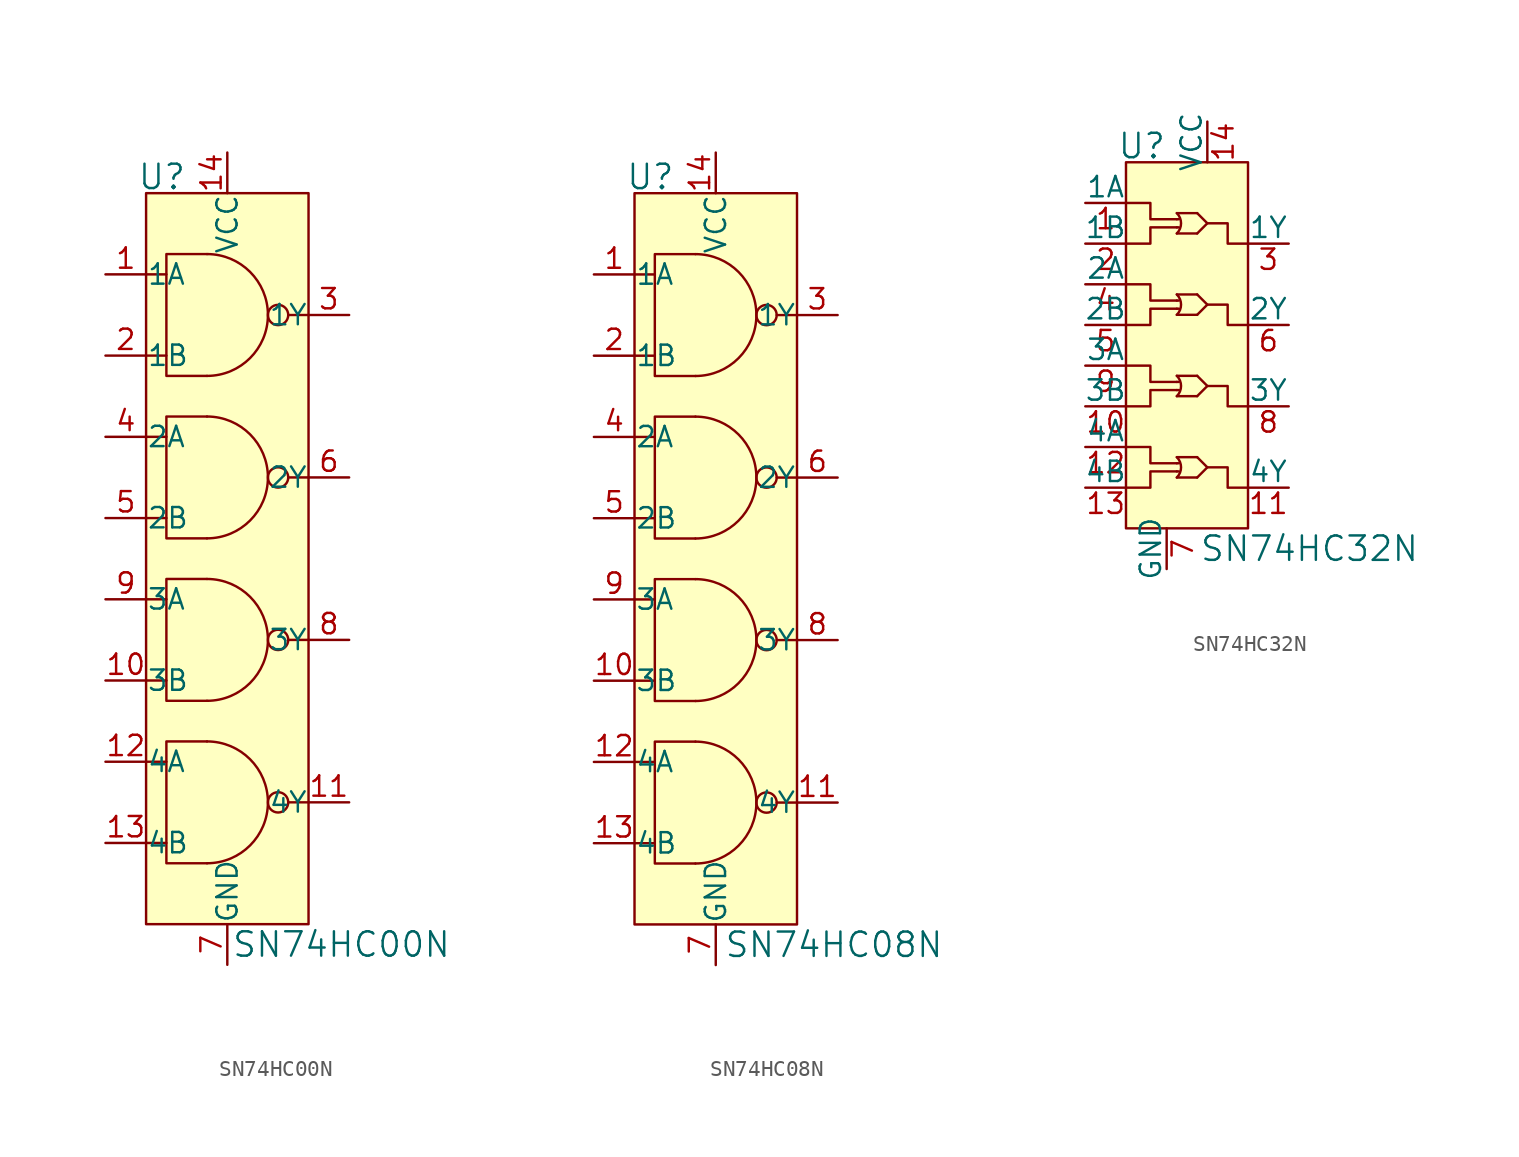
<source format=kicad_sym>
(kicad_symbol_lib
  (version 20220914)
  (generator kicad_symbol_editor)
  (symbol "SN74HC00N"
    (pin_names
      (offset 0.025))
    (property "Reference" "U"
      (at -2.54 23.876 0)
      (effects (font (size 1.524 1.524)) (justify right)))
    (property "Value" "SN74HC00N"
      (at 0.254 -24.13 0)
      (effects (font (size 1.524 1.524)) (justify left)))
    (symbol "SN74HC00N_0_1"
      (rectangle (start -5.08 22.86) (end 5.08 -22.86) (stroke (width 0) (type solid)) (fill (type background)))
      (arc (start -1.27 -19.05) (mid 2.5234 -15.24) (end -1.27 -11.43) (stroke (width 0) (type solid)) (fill (type background)))
      (arc (start -1.27 -8.89) (mid 2.5234 -5.08) (end -1.27 -1.27) (stroke (width 0) (type solid)) (fill (type background)))
      (arc (start -1.27 1.27) (mid 2.5234 5.08) (end -1.27 8.89) (stroke (width 0) (type solid)) (fill (type background)))
      (arc (start -1.27 11.43) (mid 2.5234 15.24) (end -1.27 19.05) (stroke (width 0) (type solid)) (fill (type background)))
      (polyline (pts (xy -5.08 -17.78) (xy -3.81 -17.78)) (stroke (width 0) (type solid)) (fill (type none)))
      (polyline (pts (xy -5.08 -7.62) (xy -3.81 -7.62)) (stroke (width 0) (type solid)) (fill (type none)))
      (polyline (pts (xy -5.08 2.54) (xy -3.81 2.54)) (stroke (width 0) (type solid)) (fill (type none)))
      (polyline (pts (xy -5.08 12.7) (xy -3.81 12.7)) (stroke (width 0) (type solid)) (fill (type none)))
      (polyline (pts (xy -3.81 -12.7) (xy -5.08 -12.7)) (stroke (width 0) (type solid)) (fill (type none)))
      (polyline (pts (xy -3.81 -2.54) (xy -5.08 -2.54)) (stroke (width 0) (type solid)) (fill (type none)))
      (polyline (pts (xy -3.81 7.62) (xy -5.08 7.62)) (stroke (width 0) (type solid)) (fill (type none)))
      (polyline (pts (xy -3.81 17.78) (xy -5.08 17.78)) (stroke (width 0) (type solid)) (fill (type none)))
      (polyline (pts (xy 3.81 -15.24) (xy 5.08 -15.24)) (stroke (width 0) (type solid)) (fill (type none)))
      (polyline (pts (xy 3.81 5.08) (xy 5.08 5.08)) (stroke (width 0) (type solid)) (fill (type none)))
      (polyline (pts (xy 5.08 -5.08) (xy 3.81 -5.08)) (stroke (width 0) (type solid)) (fill (type none)))
      (polyline (pts (xy 5.08 15.24) (xy 3.81 15.24)) (stroke (width 0) (type solid)) (fill (type none)))
      (polyline (pts (xy -1.27 -11.43) (xy -3.81 -11.43) (xy -3.81 -19.05) (xy -1.27 -19.05)) (stroke (width 0) (type solid)) (fill (type background)))
      (polyline (pts (xy -1.27 -1.27) (xy -3.81 -1.27) (xy -3.81 -8.89) (xy -1.27 -8.89)) (stroke (width 0) (type solid)) (fill (type background)))
      (polyline (pts (xy -1.27 8.89) (xy -3.81 8.89) (xy -3.81 1.27) (xy -1.27 1.27)) (stroke (width 0) (type solid)) (fill (type background)))
      (polyline (pts (xy -1.27 19.05) (xy -3.81 19.05) (xy -3.81 11.43) (xy -1.27 11.43)) (stroke (width 0) (type solid)) (fill (type background)))
      (circle (center 3.175 -15.24) (radius 0.635) (stroke (width 0) (type solid)) (fill (type background)))
      (circle (center 3.175 -5.08) (radius 0.635) (stroke (width 0) (type solid)) (fill (type background)))
      (circle (center 3.175 5.08) (radius 0.635) (stroke (width 0) (type solid)) (fill (type background)))
      (circle (center 3.175 15.24) (radius 0.635) (stroke (width 0) (type solid)) (fill (type background))))
    (symbol "SN74HC00N_1_1"
      (pin input line (at -7.62 17.78 0) (length 2.54) (name "1A" (effects (font (size 1.27 1.27)))) (number "1" (effects (font (size 1.27 1.27)))))
      (pin input line (at -7.62 -7.62 0) (length 2.54) (name "3B" (effects (font (size 1.27 1.27)))) (number "10" (effects (font (size 1.27 1.27)))))
      (pin output line (at 7.62 -15.24 180) (length 2.54) (name "4Y" (effects (font (size 1.27 1.27)))) (number "11" (effects (font (size 1.27 1.27)))))
      (pin input line (at -7.62 -12.7 0) (length 2.54) (name "4A" (effects (font (size 1.27 1.27)))) (number "12" (effects (font (size 1.27 1.27)))))
      (pin input line (at -7.62 -17.78 0) (length 2.54) (name "4B" (effects (font (size 1.27 1.27)))) (number "13" (effects (font (size 1.27 1.27)))))
      (pin power_in line (at 0 25.4 270) (length 2.54) (name "VCC" (effects (font (size 1.27 1.27)))) (number "14" (effects (font (size 1.27 1.27)))))
      (pin input line (at -7.62 12.7 0) (length 2.54) (name "1B" (effects (font (size 1.27 1.27)))) (number "2" (effects (font (size 1.27 1.27)))))
      (pin output line (at 7.62 15.24 180) (length 2.54) (name "1Y" (effects (font (size 1.27 1.27)))) (number "3" (effects (font (size 1.27 1.27)))))
      (pin input line (at -7.62 7.62 0) (length 2.54) (name "2A" (effects (font (size 1.27 1.27)))) (number "4" (effects (font (size 1.27 1.27)))))
      (pin input line (at -7.62 2.54 0) (length 2.54) (name "2B" (effects (font (size 1.27 1.27)))) (number "5" (effects (font (size 1.27 1.27)))))
      (pin output line (at 7.62 5.08 180) (length 2.54) (name "2Y" (effects (font (size 1.27 1.27)))) (number "6" (effects (font (size 1.27 1.27)))))
      (pin power_in line (at 0 -25.4 90) (length 2.54) (name "GND" (effects (font (size 1.27 1.27)))) (number "7" (effects (font (size 1.27 1.27)))))
      (pin output line (at 7.62 -5.08 180) (length 2.54) (name "3Y" (effects (font (size 1.27 1.27)))) (number "8" (effects (font (size 1.27 1.27)))))
      (pin input line (at -7.62 -2.54 0) (length 2.54) (name "3A" (effects (font (size 1.27 1.27)))) (number "9" (effects (font (size 1.27 1.27)))))))
  (symbol "SN74HC08N"
    (pin_names
      (offset 0.025))
    (property "Reference" "U"
      (at -2.54 8.636 0)
      (effects (font (size 1.524 1.524)) (justify right)))
    (property "Value" "SN74HC08N"
      (at 0.508 -39.37 0)
      (effects (font (size 1.524 1.524)) (justify left)))
    (symbol "SN74HC08N_0_1"
      (rectangle (start -5.08 7.62) (end 5.08 -38.1) (stroke (width 0) (type solid)) (fill (type background)))
      (arc (start -1.27 -34.29) (mid 2.5234 -30.48) (end -1.27 -26.67) (stroke (width 0) (type solid)) (fill (type none)))
      (arc (start -1.27 -24.13) (mid 2.5234 -20.32) (end -1.27 -16.51) (stroke (width 0) (type solid)) (fill (type none)))
      (arc (start -1.27 -13.97) (mid 2.5234 -10.16) (end -1.27 -6.35) (stroke (width 0) (type solid)) (fill (type none)))
      (arc (start -1.27 -3.81) (mid 2.5234 0) (end -1.27 3.81) (stroke (width 0) (type solid)) (fill (type none)))
      (polyline (pts (xy -5.08 -33.02) (xy -3.81 -33.02)) (stroke (width 0) (type solid)) (fill (type none)))
      (polyline (pts (xy -5.08 -22.86) (xy -3.81 -22.86)) (stroke (width 0) (type solid)) (fill (type none)))
      (polyline (pts (xy -5.08 -7.62) (xy -3.81 -7.62)) (stroke (width 0) (type solid)) (fill (type none)))
      (polyline (pts (xy -3.81 -27.94) (xy -5.08 -27.94)) (stroke (width 0) (type solid)) (fill (type none)))
      (polyline (pts (xy -3.81 -17.78) (xy -5.08 -17.78)) (stroke (width 0) (type solid)) (fill (type none)))
      (polyline (pts (xy -3.81 -12.7) (xy -5.08 -12.7)) (stroke (width 0) (type solid)) (fill (type none)))
      (polyline (pts (xy -3.81 -2.54) (xy -5.08 -2.54)) (stroke (width 0) (type solid)) (fill (type none)))
      (polyline (pts (xy -3.81 2.54) (xy -5.08 2.54)) (stroke (width 0) (type solid)) (fill (type none)))
      (polyline (pts (xy 3.81 -30.48) (xy 5.08 -30.48)) (stroke (width 0) (type solid)) (fill (type none)))
      (polyline (pts (xy 3.81 -20.32) (xy 5.08 -20.32)) (stroke (width 0) (type solid)) (fill (type none)))
      (polyline (pts (xy 3.81 -10.16) (xy 5.08 -10.16)) (stroke (width 0) (type solid)) (fill (type none)))
      (polyline (pts (xy 3.81 0) (xy 5.08 0)) (stroke (width 0) (type solid)) (fill (type none)))
      (polyline (pts (xy -1.27 -26.67) (xy -3.81 -26.67) (xy -3.81 -34.29) (xy -1.27 -34.29)) (stroke (width 0) (type solid)) (fill (type none)))
      (polyline (pts (xy -1.27 -16.51) (xy -3.81 -16.51) (xy -3.81 -24.13) (xy -1.27 -24.13)) (stroke (width 0) (type solid)) (fill (type none)))
      (polyline (pts (xy -1.27 -6.35) (xy -3.81 -6.35) (xy -3.81 -13.97) (xy -1.27 -13.97)) (stroke (width 0) (type solid)) (fill (type none)))
      (polyline (pts (xy -1.27 3.81) (xy -3.81 3.81) (xy -3.81 -3.81) (xy -1.27 -3.81)) (stroke (width 0) (type solid)) (fill (type none)))
      (circle (center 3.175 -30.48) (radius 0.635) (stroke (width 0) (type solid)) (fill (type none)))
      (circle (center 3.175 -20.32) (radius 0.635) (stroke (width 0) (type solid)) (fill (type none)))
      (circle (center 3.175 -10.16) (radius 0.635) (stroke (width 0) (type solid)) (fill (type none)))
      (circle (center 3.175 0) (radius 0.635) (stroke (width 0) (type solid)) (fill (type none))))
    (symbol "SN74HC08N_1_1"
      (pin input line (at -7.62 2.54 0) (length 2.54) (name "1A" (effects (font (size 1.27 1.27)))) (number "1" (effects (font (size 1.27 1.27)))))
      (pin input line (at -7.62 -22.86 0) (length 2.54) (name "3B" (effects (font (size 1.27 1.27)))) (number "10" (effects (font (size 1.27 1.27)))))
      (pin output line (at 7.62 -30.48 180) (length 2.54) (name "4Y" (effects (font (size 1.27 1.27)))) (number "11" (effects (font (size 1.27 1.27)))))
      (pin input line (at -7.62 -27.94 0) (length 2.54) (name "4A" (effects (font (size 1.27 1.27)))) (number "12" (effects (font (size 1.27 1.27)))))
      (pin input line (at -7.62 -33.02 0) (length 2.54) (name "4B" (effects (font (size 1.27 1.27)))) (number "13" (effects (font (size 1.27 1.27)))))
      (pin power_in line (at 0 10.16 270) (length 2.54) (name "VCC" (effects (font (size 1.27 1.27)))) (number "14" (effects (font (size 1.27 1.27)))))
      (pin input line (at -7.62 -2.54 0) (length 2.54) (name "1B" (effects (font (size 1.27 1.27)))) (number "2" (effects (font (size 1.27 1.27)))))
      (pin output line (at 7.62 0 180) (length 2.54) (name "1Y" (effects (font (size 1.27 1.27)))) (number "3" (effects (font (size 1.27 1.27)))))
      (pin input line (at -7.62 -7.62 0) (length 2.54) (name "2A" (effects (font (size 1.27 1.27)))) (number "4" (effects (font (size 1.27 1.27)))))
      (pin input line (at -7.62 -12.7 0) (length 2.54) (name "2B" (effects (font (size 1.27 1.27)))) (number "5" (effects (font (size 1.27 1.27)))))
      (pin output line (at 7.62 -10.16 180) (length 2.54) (name "2Y" (effects (font (size 1.27 1.27)))) (number "6" (effects (font (size 1.27 1.27)))))
      (pin power_in line (at 0 -40.64 90) (length 2.54) (name "GND" (effects (font (size 1.27 1.27)))) (number "7" (effects (font (size 1.27 1.27)))))
      (pin output line (at 7.62 -20.32 180) (length 2.54) (name "3Y" (effects (font (size 1.27 1.27)))) (number "8" (effects (font (size 1.27 1.27)))))
      (pin input line (at -7.62 -17.78 0) (length 2.54) (name "3A" (effects (font (size 1.27 1.27)))) (number "9" (effects (font (size 1.27 1.27)))))))
  (symbol "SN74HC32N"
    (pin_names
      (offset 0))
    (property "Reference" "U"
      (at -2.54 6.096 0)
      (effects (font (size 1.524 1.524)) (justify right)))
    (property "Value" "SN74HC32N"
      (at -0.508 -19.05 0)
      (effects (font (size 1.524 1.524)) (justify left)))
    (symbol "SN74HC32N_0_1"
      (rectangle (start -5.08 5.08) (end 2.54 -17.78) (stroke (width 0) (type solid)) (fill (type background)))
      (arc (start -1.905 -14.605) (mid -1.642 -13.97) (end -1.905 -13.335) (stroke (width 0) (type solid)) (fill (type none)))
      (arc (start -1.905 -9.525) (mid -1.642 -8.89) (end -1.905 -8.255) (stroke (width 0) (type solid)) (fill (type none)))
      (arc (start -1.905 -4.445) (mid -1.642 -3.81) (end -1.905 -3.175) (stroke (width 0) (type solid)) (fill (type none)))
      (arc (start -1.905 0.635) (mid -1.642 1.27) (end -1.905 1.905) (stroke (width 0) (type solid)) (fill (type none)))
      (polyline (pts (xy -1.905 -14.224) (xy -1.778 -14.224)) (stroke (width 0) (type solid)) (fill (type none)))
      (polyline (pts (xy -1.905 -13.716) (xy -1.778 -13.716)) (stroke (width 0) (type solid)) (fill (type none)))
      (polyline (pts (xy -1.905 -9.144) (xy -1.778 -9.144)) (stroke (width 0) (type solid)) (fill (type none)))
      (polyline (pts (xy -1.905 -8.636) (xy -1.778 -8.636)) (stroke (width 0) (type solid)) (fill (type none)))
      (polyline (pts (xy -1.905 -4.064) (xy -1.778 -4.064)) (stroke (width 0) (type solid)) (fill (type none)))
      (polyline (pts (xy -1.905 -3.556) (xy -1.778 -3.556)) (stroke (width 0) (type solid)) (fill (type none)))
      (polyline (pts (xy -1.905 1.016) (xy -1.778 1.016)) (stroke (width 0) (type solid)) (fill (type none)))
      (polyline (pts (xy -1.905 1.524) (xy -1.778 1.524)) (stroke (width 0) (type solid)) (fill (type none)))
      (polyline (pts (xy -0.635 -14.605) (xy -1.905 -14.605)) (stroke (width 0) (type solid)) (fill (type none)))
      (polyline (pts (xy -0.635 -13.335) (xy -1.905 -13.335)) (stroke (width 0) (type solid)) (fill (type none)))
      (polyline (pts (xy -0.635 -9.525) (xy -1.905 -9.525)) (stroke (width 0) (type solid)) (fill (type none)))
      (polyline (pts (xy -0.635 -8.255) (xy -1.905 -8.255)) (stroke (width 0) (type solid)) (fill (type none)))
      (polyline (pts (xy -0.635 -4.445) (xy -1.905 -4.445)) (stroke (width 0) (type solid)) (fill (type none)))
      (polyline (pts (xy -0.635 -3.175) (xy -1.905 -3.175)) (stroke (width 0) (type solid)) (fill (type none)))
      (polyline (pts (xy -0.635 0.635) (xy -1.905 0.635)) (stroke (width 0) (type solid)) (fill (type none)))
      (polyline (pts (xy -0.635 1.905) (xy -1.905 1.905)) (stroke (width 0) (type solid)) (fill (type none)))
      (polyline (pts (xy -0.635 -13.335) (xy 0 -13.97) (xy -0.635 -14.605)) (stroke (width 0) (type solid)) (fill (type none)))
      (polyline (pts (xy -0.635 -8.255) (xy 0 -8.89) (xy -0.635 -9.525)) (stroke (width 0) (type solid)) (fill (type none)))
      (polyline (pts (xy -0.635 -3.175) (xy 0 -3.81) (xy -0.635 -4.445)) (stroke (width 0) (type solid)) (fill (type none)))
      (polyline (pts (xy -0.635 1.905) (xy 0 1.27) (xy -0.635 0.635)) (stroke (width 0) (type solid)) (fill (type none)))
      (polyline (pts (xy -5.08 -15.24) (xy -3.556 -15.24) (xy -3.556 -14.224) (xy -1.905 -14.224)) (stroke (width 0) (type solid)) (fill (type none)))
      (polyline (pts (xy -5.08 -10.16) (xy -3.556 -10.16) (xy -3.556 -9.144) (xy -1.905 -9.144)) (stroke (width 0) (type solid)) (fill (type none)))
      (polyline (pts (xy -5.08 -5.08) (xy -3.556 -5.08) (xy -3.556 -4.064) (xy -1.905 -4.064)) (stroke (width 0) (type solid)) (fill (type none)))
      (polyline (pts (xy -5.08 0) (xy -3.556 0) (xy -3.556 1.016) (xy -1.905 1.016)) (stroke (width 0) (type solid)) (fill (type none)))
      (polyline (pts (xy -1.905 -13.716) (xy -3.556 -13.716) (xy -3.556 -12.7) (xy -5.08 -12.7)) (stroke (width 0) (type solid)) (fill (type none)))
      (polyline (pts (xy -1.905 -8.636) (xy -3.556 -8.636) (xy -3.556 -7.62) (xy -5.08 -7.62)) (stroke (width 0) (type solid)) (fill (type none)))
      (polyline (pts (xy -1.905 -3.556) (xy -3.556 -3.556) (xy -3.556 -2.54) (xy -5.08 -2.54)) (stroke (width 0) (type solid)) (fill (type none)))
      (polyline (pts (xy -1.905 1.524) (xy -3.556 1.524) (xy -3.556 2.54) (xy -5.08 2.54)) (stroke (width 0) (type solid)) (fill (type none)))
      (polyline (pts (xy 2.54 -15.24) (xy 1.27 -15.24) (xy 1.27 -13.97) (xy 0 -13.97)) (stroke (width 0) (type solid)) (fill (type none)))
      (polyline (pts (xy 2.54 -10.16) (xy 1.27 -10.16) (xy 1.27 -8.89) (xy 0 -8.89)) (stroke (width 0) (type solid)) (fill (type none)))
      (polyline (pts (xy 2.54 -5.08) (xy 1.27 -5.08) (xy 1.27 -3.81) (xy 0 -3.81)) (stroke (width 0) (type solid)) (fill (type none)))
      (polyline (pts (xy 2.54 0) (xy 1.27 0) (xy 1.27 1.27) (xy 0 1.27)) (stroke (width 0) (type solid)) (fill (type none))))
    (symbol "SN74HC32N_1_1"
      (pin input line (at -7.62 2.54 0) (length 2.54) (name "1A" (effects (font (size 1.27 1.27)))) (number "1" (effects (font (size 1.27 1.27)))))
      (pin input line (at -7.62 -10.16 0) (length 2.54) (name "3B" (effects (font (size 1.27 1.27)))) (number "10" (effects (font (size 1.27 1.27)))))
      (pin output line (at 5.08 -15.24 180) (length 2.54) (name "4Y" (effects (font (size 1.27 1.27)))) (number "11" (effects (font (size 1.27 1.27)))))
      (pin input line (at -7.62 -12.7 0) (length 2.54) (name "4A" (effects (font (size 1.27 1.27)))) (number "12" (effects (font (size 1.27 1.27)))))
      (pin input line (at -7.62 -15.24 0) (length 2.54) (name "4B" (effects (font (size 1.27 1.27)))) (number "13" (effects (font (size 1.27 1.27)))))
      (pin power_in line (at 0 7.62 270) (length 2.54) (name "VCC" (effects (font (size 1.27 1.27)))) (number "14" (effects (font (size 1.27 1.27)))))
      (pin input line (at -7.62 0 0) (length 2.54) (name "1B" (effects (font (size 1.27 1.27)))) (number "2" (effects (font (size 1.27 1.27)))))
      (pin output line (at 5.08 0 180) (length 2.54) (name "1Y" (effects (font (size 1.27 1.27)))) (number "3" (effects (font (size 1.27 1.27)))))
      (pin input line (at -7.62 -2.54 0) (length 2.54) (name "2A" (effects (font (size 1.27 1.27)))) (number "4" (effects (font (size 1.27 1.27)))))
      (pin input line (at -7.62 -5.08 0) (length 2.54) (name "2B" (effects (font (size 1.27 1.27)))) (number "5" (effects (font (size 1.27 1.27)))))
      (pin output line (at 5.08 -5.08 180) (length 2.54) (name "2Y" (effects (font (size 1.27 1.27)))) (number "6" (effects (font (size 1.27 1.27)))))
      (pin power_in line (at -2.54 -20.32 90) (length 2.54) (name "GND" (effects (font (size 1.27 1.27)))) (number "7" (effects (font (size 1.27 1.27)))))
      (pin output line (at 5.08 -10.16 180) (length 2.54) (name "3Y" (effects (font (size 1.27 1.27)))) (number "8" (effects (font (size 1.27 1.27)))))
      (pin input line (at -7.62 -7.62 0) (length 2.54) (name "3A" (effects (font (size 1.27 1.27)))) (number "9" (effects (font (size 1.27 1.27))))))))
</source>
